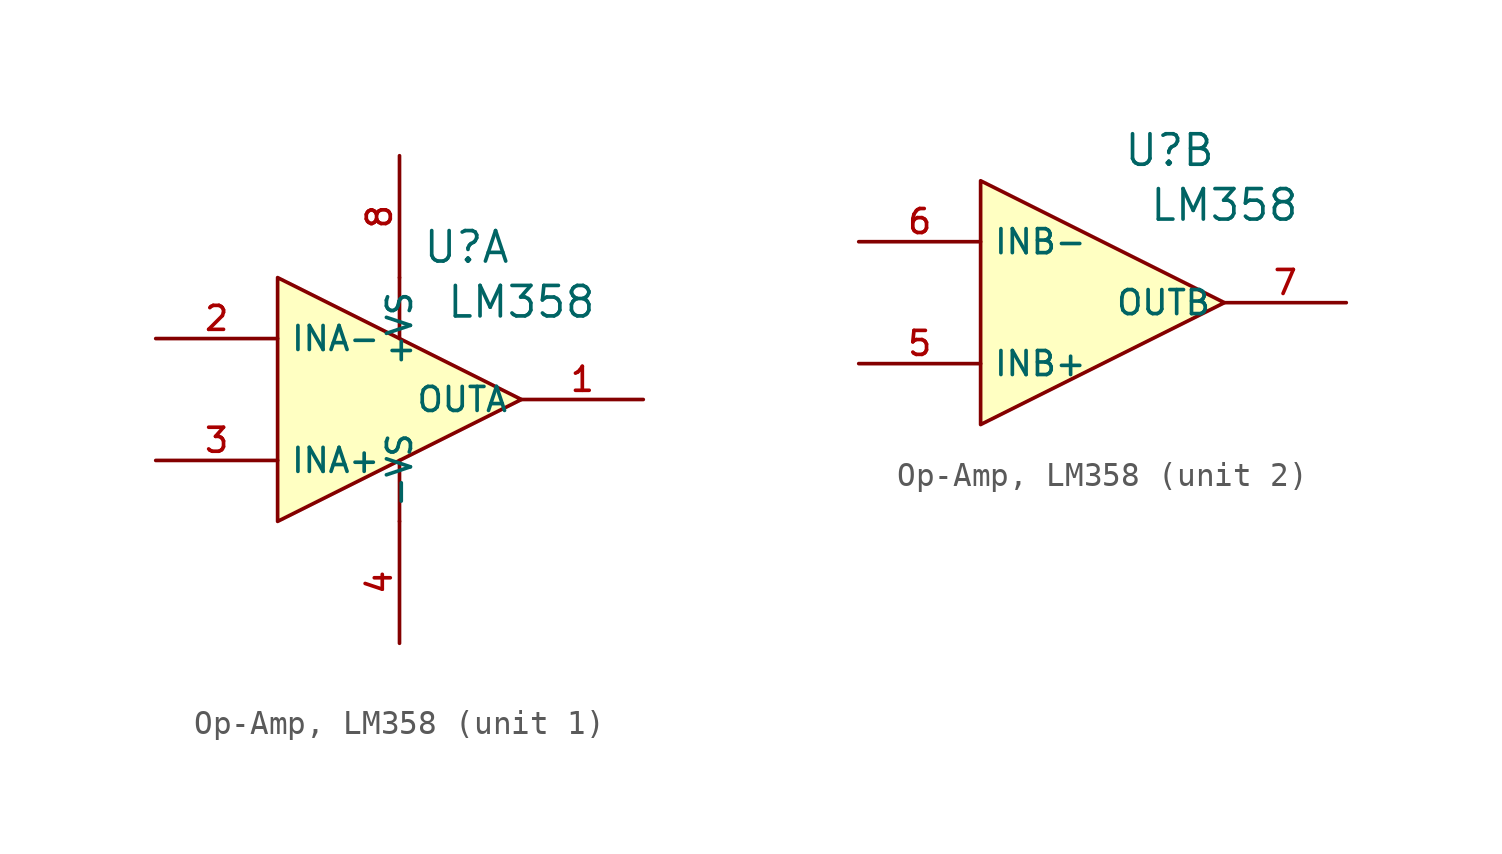
<source format=kicad_sym>
(kicad_symbol_lib
  (version 20231120)
  (generator "CDFER_Archive_Tool")
  (generator_version "0.0")
  (symbol "Op-Amp, LM358"
    (property "Reference" "U"
      (at 2.794 6.35 0)
      (effects (font (size 1.27 1.27))))
    (property "Value" "LM358"
      (at 5.08 4.064 0)
      (effects (font (size 1.27 1.27))))
    (symbol "Op-Amp, LM358_1_1"
      (polyline (pts (xy 0 -2.54) (xy 0 -5.08)) (stroke (width 0) (type default)) (fill (type none)))
      (polyline (pts (xy 0 5.08) (xy 0 2.54)) (stroke (width 0) (type default)) (fill (type none)))
      (polyline (pts (xy -5.08 -5.08) (xy 5.08 0) (xy -5.08 5.08) (xy -5.08 -5.08)) (stroke (width 0) (type default)) (fill (type background)))
      (pin output line (at 10.16 0 180) (length 5.08) (name "OUTA" (effects (font (size 1 1)))) (number "1" (effects (font (size 1 1)))))
      (pin unspecified line (at -10.16 2.54 0) (length 5.08) (name "INA-" (effects (font (size 1 1)))) (number "2" (effects (font (size 1 1)))))
      (pin unspecified line (at -10.16 -2.54 0) (length 5.08) (name "INA+" (effects (font (size 1 1)))) (number "3" (effects (font (size 1 1)))))
      (pin power_in line (at 0 -10.16 90) (length 5.08) (name "-VS" (effects (font (size 1 1)))) (number "4" (effects (font (size 1 1)))))
      (pin power_in line (at 0 10.16 270) (length 5.08) (name "+VS" (effects (font (size 1 1)))) (number "8" (effects (font (size 1 1))))))
    (symbol "Op-Amp, LM358_2_1"
      (polyline (pts (xy -5.08 -5.08) (xy 5.08 0) (xy -5.08 5.08) (xy -5.08 -5.08)) (stroke (width 0) (type default)) (fill (type background)))
      (pin unspecified line (at -10.16 -2.54 0) (length 5.08) (name "INB+" (effects (font (size 1 1)))) (number "5" (effects (font (size 1 1)))))
      (pin unspecified line (at -10.16 2.54 0) (length 5.08) (name "INB-" (effects (font (size 1 1)))) (number "6" (effects (font (size 1 1)))))
      (pin output line (at 10.16 0 180) (length 5.08) (name "OUTB" (effects (font (size 1 1)))) (number "7" (effects (font (size 1 1))))))))
</source>
